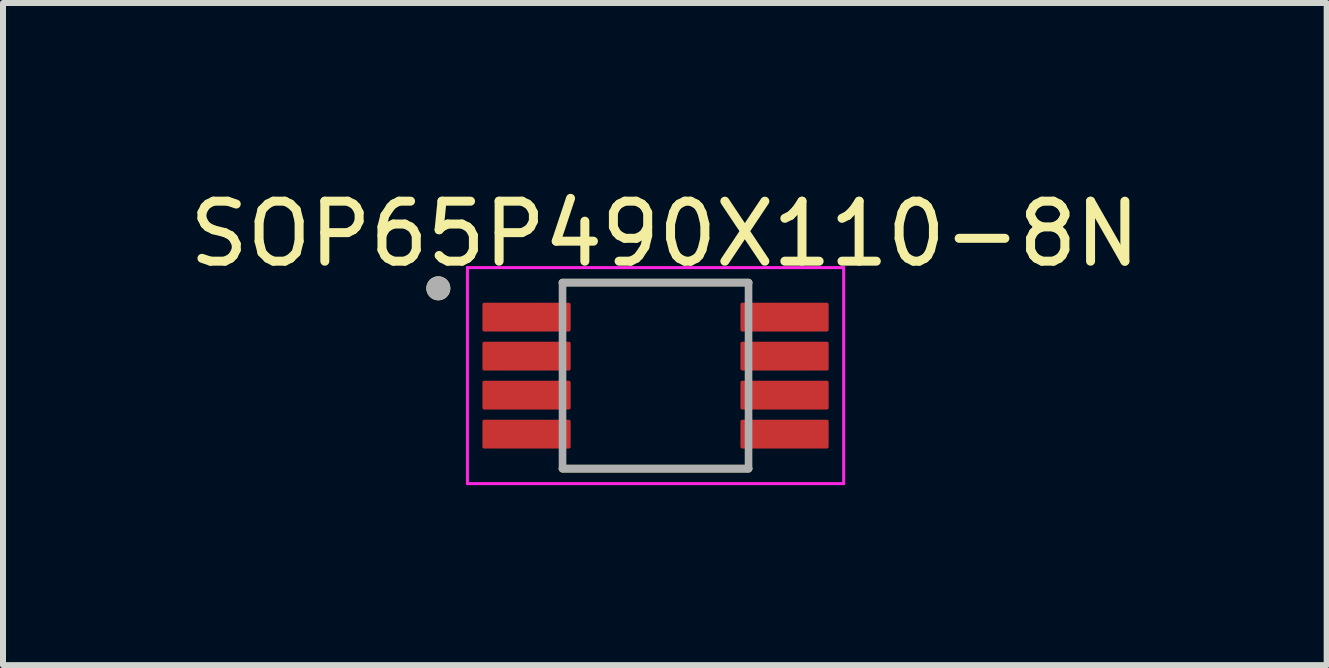
<source format=kicad_pcb>
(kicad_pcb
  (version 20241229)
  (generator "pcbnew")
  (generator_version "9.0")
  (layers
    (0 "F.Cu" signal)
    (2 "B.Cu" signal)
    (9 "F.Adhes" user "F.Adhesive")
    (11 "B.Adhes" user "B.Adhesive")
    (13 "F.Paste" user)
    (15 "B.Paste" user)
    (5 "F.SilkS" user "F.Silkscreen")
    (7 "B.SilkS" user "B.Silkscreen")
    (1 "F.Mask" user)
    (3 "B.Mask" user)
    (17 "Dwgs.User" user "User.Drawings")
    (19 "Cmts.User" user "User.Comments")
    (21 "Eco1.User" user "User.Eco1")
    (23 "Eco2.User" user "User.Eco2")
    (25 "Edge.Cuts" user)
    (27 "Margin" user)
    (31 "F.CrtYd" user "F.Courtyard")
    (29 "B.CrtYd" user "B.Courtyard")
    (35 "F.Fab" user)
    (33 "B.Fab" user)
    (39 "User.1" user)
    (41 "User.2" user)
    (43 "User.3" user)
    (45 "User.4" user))
  (footprint "SOP65P490X110-8N"
    (layer "F.Cu")
    (at 7.875 3.21)
    (property "Reference" "SOP65P490X110-8N" (at 0.155 -2.362 0) (layer "F.SilkS") (effects (font (size 1 1) (thickness 0.15))))
    (attr through_hole)
    (fp_line (start -1.55 -1.55) (end 1.55 -1.55) (stroke (width 0.127) (type solid)) (layer "F.SilkS"))
    (fp_line (start -1.55 1.55) (end 1.55 1.55) (stroke (width 0.127) (type solid)) (layer "F.SilkS"))
    (fp_circle (center -3.62 -1.455) (end -3.52 -1.455) (stroke (width 0.2) (type solid)) (fill no) (layer "F.SilkS"))
    (fp_line (start -3.135 -1.8) (end -3.135 1.8) (stroke (width 0.05) (type solid)) (layer "F.CrtYd"))
    (fp_line (start -3.135 -1.8) (end 3.135 -1.8) (stroke (width 0.05) (type solid)) (layer "F.CrtYd"))
    (fp_line (start -3.135 1.8) (end 3.135 1.8) (stroke (width 0.05) (type solid)) (layer "F.CrtYd"))
    (fp_line (start 3.135 -1.8) (end 3.135 1.8) (stroke (width 0.05) (type solid)) (layer "F.CrtYd"))
    (fp_line (start -1.55 -1.55) (end -1.55 1.55) (stroke (width 0.127) (type solid)) (layer "F.Fab"))
    (fp_line (start -1.55 -1.55) (end 1.55 -1.55) (stroke (width 0.127) (type solid)) (layer "F.Fab"))
    (fp_line (start -1.55 1.55) (end 1.55 1.55) (stroke (width 0.127) (type solid)) (layer "F.Fab"))
    (fp_line (start 1.55 -1.55) (end 1.55 1.55) (stroke (width 0.127) (type solid)) (layer "F.Fab"))
    (fp_circle (center -3.62 -1.455) (end -3.52 -1.455) (stroke (width 0.2) (type solid)) (fill no) (layer "F.Fab"))
    (pad "1" smd roundrect (at -2.15 -0.975) (size 1.47 0.48) (layers "F.Cu" "F.Mask" "F.Paste") (roundrect_rratio 0.06))
    (pad "2" smd roundrect (at -2.15 -0.325) (size 1.47 0.48) (layers "F.Cu" "F.Mask" "F.Paste") (roundrect_rratio 0.06))
    (pad "3" smd roundrect (at -2.15 0.325) (size 1.47 0.48) (layers "F.Cu" "F.Mask" "F.Paste") (roundrect_rratio 0.06))
    (pad "4" smd roundrect (at -2.15 0.975) (size 1.47 0.48) (layers "F.Cu" "F.Mask" "F.Paste") (roundrect_rratio 0.06))
    (pad "5" smd roundrect (at 2.15 0.975) (size 1.47 0.48) (layers "F.Cu" "F.Mask" "F.Paste") (roundrect_rratio 0.06))
    (pad "6" smd roundrect (at 2.15 0.325) (size 1.47 0.48) (layers "F.Cu" "F.Mask" "F.Paste") (roundrect_rratio 0.06))
    (pad "7" smd roundrect (at 2.15 -0.325) (size 1.47 0.48) (layers "F.Cu" "F.Mask" "F.Paste") (roundrect_rratio 0.06))
    (pad "8" smd roundrect (at 2.15 -0.975) (size 1.47 0.48) (layers "F.Cu" "F.Mask" "F.Paste") (roundrect_rratio 0.06)))
  (gr_rect
    (start -3 -3)
    (end 19.06 8.035)
    (stroke (width 0.1) (type default))
    (fill no)
    (layer "Edge.Cuts")))
</source>
